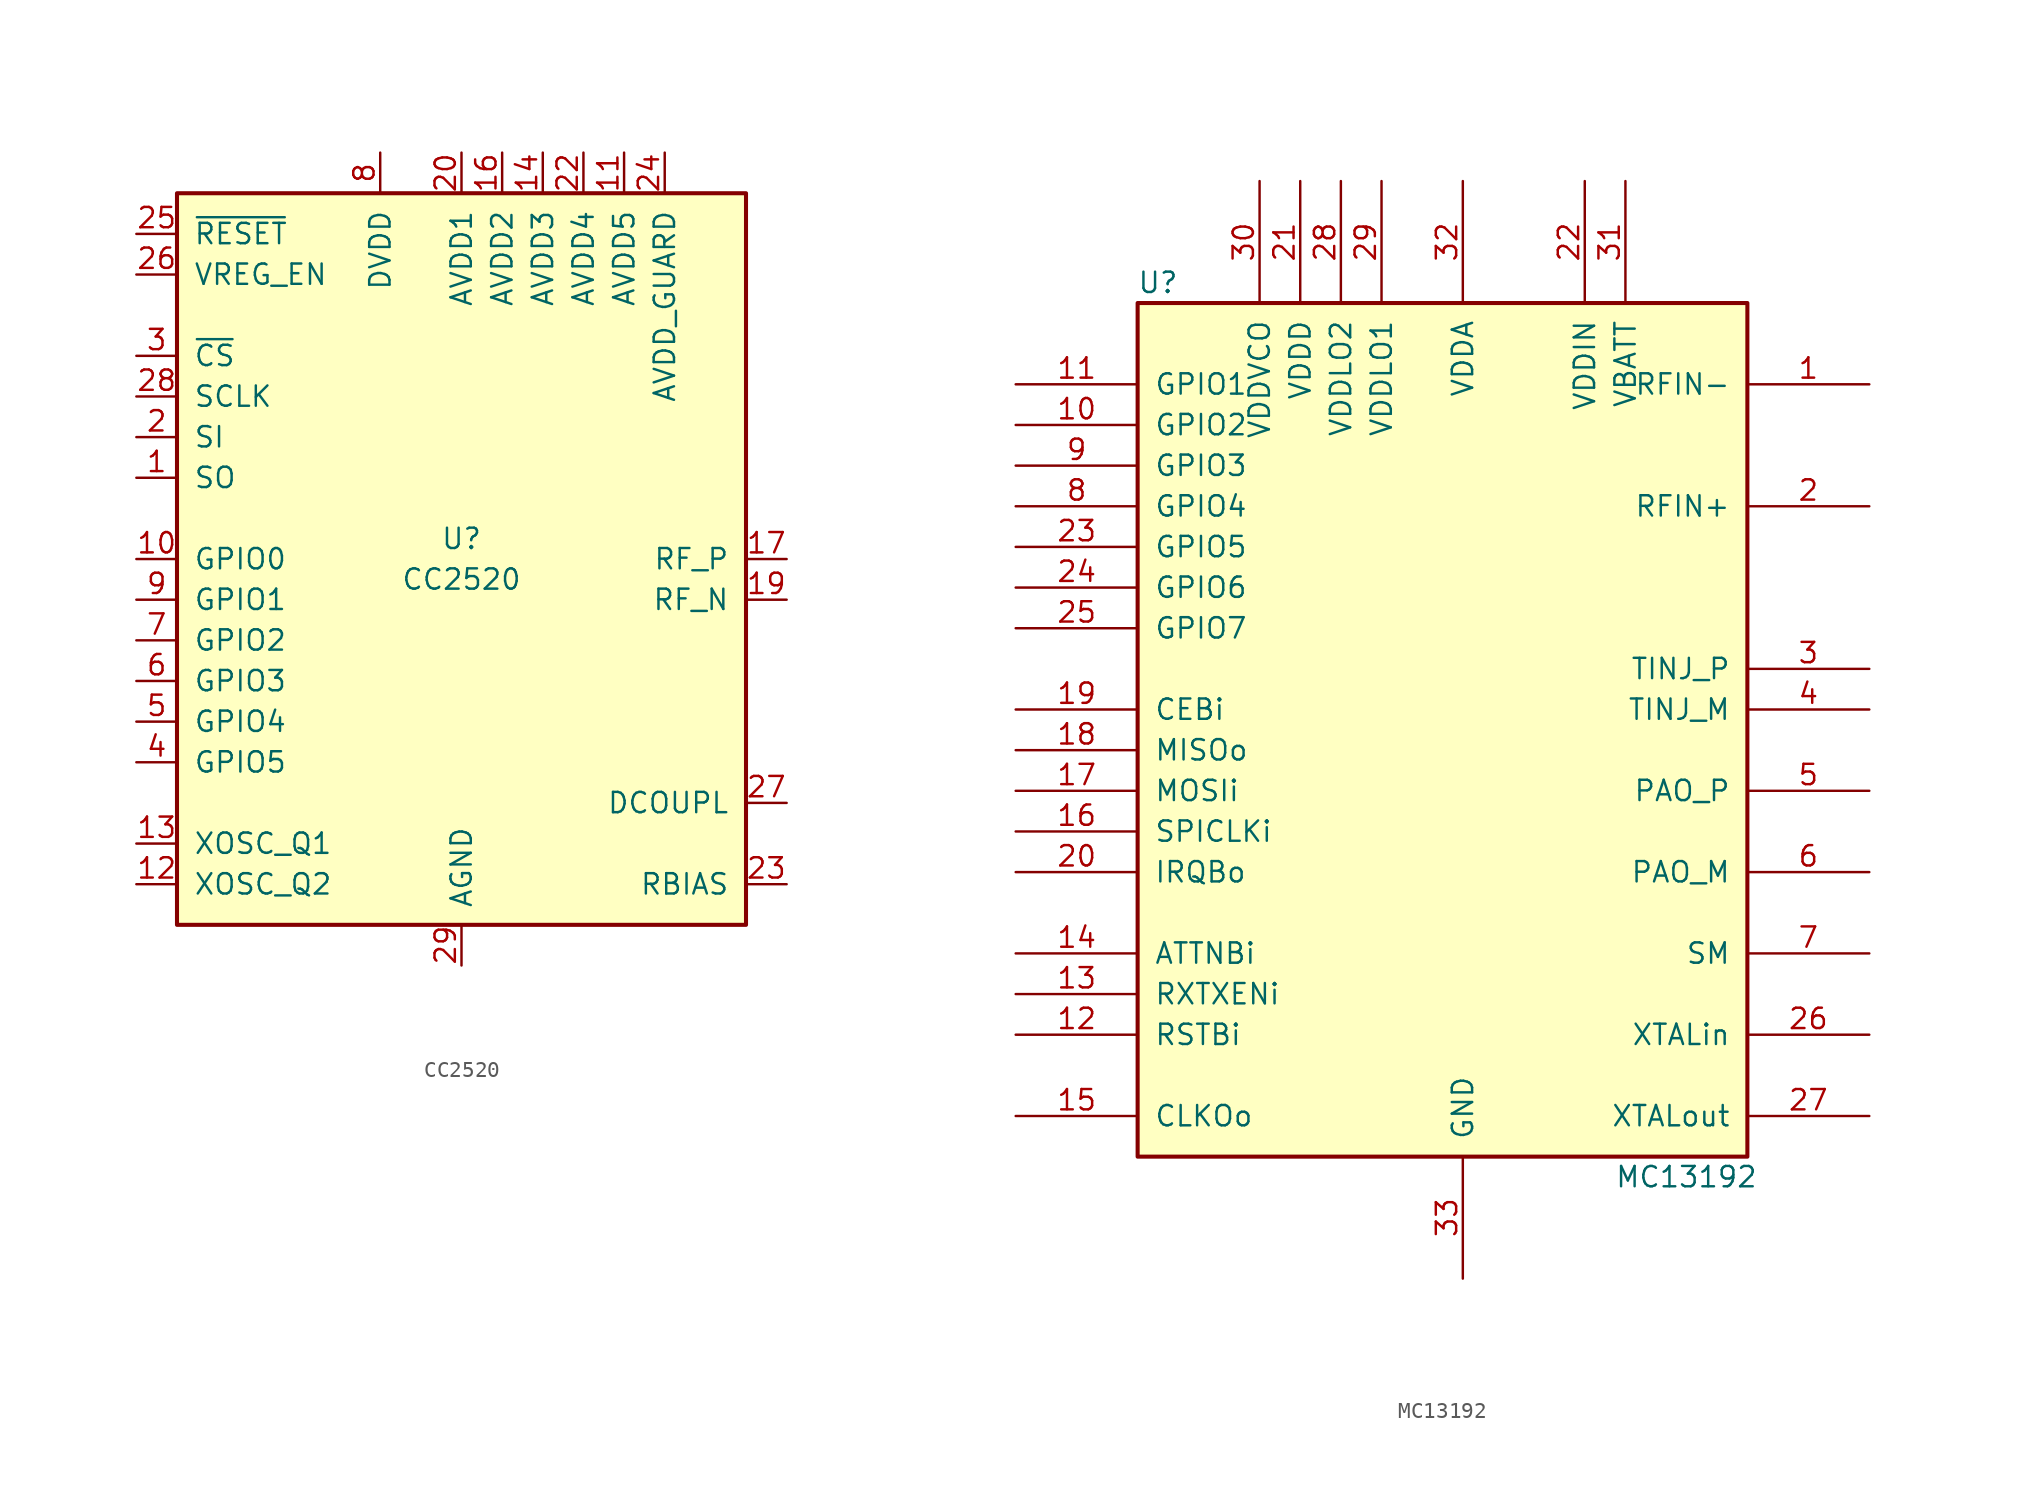
<source format=kicad_sym>
(kicad_symbol_lib
  (version 20231120)
  (generator "kicad_symbol_editor")
  (generator_version "8.0")
  (symbol "CC2520"
    (pin_names
      (offset 1.016))
    (property "Reference" "U"
      (at 0 1.27 0)
      (effects (font (size 1.27 1.27))))
    (property "Value" "CC2520"
      (at 0 -1.27 0)
      (effects (font (size 1.27 1.27))))
    (symbol "CC2520_0_1"
      (rectangle (start -17.78 22.86) (end 17.78 -22.86) (stroke (width 0.254) (type default)) (fill (type background))))
    (symbol "CC2520_1_1"
      (pin output line (at -20.32 5.08 0) (length 2.54) (name "SO" (effects (font (size 1.27 1.27)))) (number "1" (effects (font (size 1.27 1.27)))))
      (pin bidirectional line (at -20.32 0 0) (length 2.54) (name "GPIO0" (effects (font (size 1.27 1.27)))) (number "10" (effects (font (size 1.27 1.27)))))
      (pin power_in line (at 10.16 25.4 270) (length 2.54) (name "AVDD5" (effects (font (size 1.27 1.27)))) (number "11" (effects (font (size 1.27 1.27)))))
      (pin passive line (at -20.32 -20.32 0) (length 2.54) (name "XOSC_Q2" (effects (font (size 1.27 1.27)))) (number "12" (effects (font (size 1.27 1.27)))))
      (pin passive line (at -20.32 -17.78 0) (length 2.54) (name "XOSC_Q1" (effects (font (size 1.27 1.27)))) (number "13" (effects (font (size 1.27 1.27)))))
      (pin power_in line (at 5.08 25.4 270) (length 2.54) (name "AVDD3" (effects (font (size 1.27 1.27)))) (number "14" (effects (font (size 1.27 1.27)))))
      (pin no_connect line (at 2.54 -22.86 90) (length 2.54) hide (name "NC" (effects (font (size 1.27 1.27)))) (number "15" (effects (font (size 1.27 1.27)))))
      (pin power_in line (at 2.54 25.4 270) (length 2.54) (name "AVDD2" (effects (font (size 1.27 1.27)))) (number "16" (effects (font (size 1.27 1.27)))))
      (pin passive line (at 20.32 0 180) (length 2.54) (name "RF_P" (effects (font (size 1.27 1.27)))) (number "17" (effects (font (size 1.27 1.27)))))
      (pin passive line (at 20.32 -2.54 180) (length 2.54) (name "RF_N" (effects (font (size 1.27 1.27)))) (number "19" (effects (font (size 1.27 1.27)))))
      (pin input line (at -20.32 7.62 0) (length 2.54) (name "SI" (effects (font (size 1.27 1.27)))) (number "2" (effects (font (size 1.27 1.27)))))
      (pin power_in line (at 0 25.4 270) (length 2.54) (name "AVDD1" (effects (font (size 1.27 1.27)))) (number "20" (effects (font (size 1.27 1.27)))))
      (pin no_connect line (at 5.08 -22.86 90) (length 2.54) hide (name "NC" (effects (font (size 1.27 1.27)))) (number "21" (effects (font (size 1.27 1.27)))))
      (pin power_in line (at 7.62 25.4 270) (length 2.54) (name "AVDD4" (effects (font (size 1.27 1.27)))) (number "22" (effects (font (size 1.27 1.27)))))
      (pin passive line (at 20.32 -20.32 180) (length 2.54) (name "RBIAS" (effects (font (size 1.27 1.27)))) (number "23" (effects (font (size 1.27 1.27)))))
      (pin power_in line (at 12.7 25.4 270) (length 2.54) (name "AVDD_GUARD" (effects (font (size 1.27 1.27)))) (number "24" (effects (font (size 1.27 1.27)))))
      (pin input line (at -20.32 20.32 0) (length 2.54) (name "~{RESET}" (effects (font (size 1.27 1.27)))) (number "25" (effects (font (size 1.27 1.27)))))
      (pin input line (at -20.32 17.78 0) (length 2.54) (name "VREG_EN" (effects (font (size 1.27 1.27)))) (number "26" (effects (font (size 1.27 1.27)))))
      (pin passive line (at 20.32 -15.24 180) (length 2.54) (name "DCOUPL" (effects (font (size 1.27 1.27)))) (number "27" (effects (font (size 1.27 1.27)))))
      (pin input line (at -20.32 10.16 0) (length 2.54) (name "SCLK" (effects (font (size 1.27 1.27)))) (number "28" (effects (font (size 1.27 1.27)))))
      (pin power_in line (at 0 -25.4 90) (length 2.54) (name "AGND" (effects (font (size 1.27 1.27)))) (number "29" (effects (font (size 1.27 1.27)))))
      (pin input line (at -20.32 12.7 0) (length 2.54) (name "~{CS}" (effects (font (size 1.27 1.27)))) (number "3" (effects (font (size 1.27 1.27)))))
      (pin bidirectional line (at -20.32 -12.7 0) (length 2.54) (name "GPIO5" (effects (font (size 1.27 1.27)))) (number "4" (effects (font (size 1.27 1.27)))))
      (pin bidirectional line (at -20.32 -10.16 0) (length 2.54) (name "GPIO4" (effects (font (size 1.27 1.27)))) (number "5" (effects (font (size 1.27 1.27)))))
      (pin bidirectional line (at -20.32 -7.62 0) (length 2.54) (name "GPIO3" (effects (font (size 1.27 1.27)))) (number "6" (effects (font (size 1.27 1.27)))))
      (pin bidirectional line (at -20.32 -5.08 0) (length 2.54) (name "GPIO2" (effects (font (size 1.27 1.27)))) (number "7" (effects (font (size 1.27 1.27)))))
      (pin power_in line (at -5.08 25.4 270) (length 2.54) (name "DVDD" (effects (font (size 1.27 1.27)))) (number "8" (effects (font (size 1.27 1.27)))))
      (pin bidirectional line (at -20.32 -2.54 0) (length 2.54) (name "GPIO1" (effects (font (size 1.27 1.27)))) (number "9" (effects (font (size 1.27 1.27)))))))
  (symbol "MC13192"
    (pin_names
      (offset 1.016))
    (property "Reference" "U"
      (at -19.05 26.67 0)
      (effects (font (size 1.27 1.27))))
    (property "Value" "MC13192"
      (at 13.97 -29.21 0)
      (effects (font (size 1.27 1.27))))
    (symbol "MC13192_0_1"
      (rectangle (start -20.32 25.4) (end 17.78 -27.94) (stroke (width 0.254) (type default)) (fill (type background))))
    (symbol "MC13192_1_1"
      (pin input line (at 25.4 20.32 180) (length 7.62) (name "RFIN-" (effects (font (size 1.27 1.27)))) (number "1" (effects (font (size 1.27 1.27)))))
      (pin bidirectional line (at -27.94 17.78 0) (length 7.62) (name "GPIO2" (effects (font (size 1.27 1.27)))) (number "10" (effects (font (size 1.27 1.27)))))
      (pin bidirectional line (at -27.94 20.32 0) (length 7.62) (name "GPIO1" (effects (font (size 1.27 1.27)))) (number "11" (effects (font (size 1.27 1.27)))))
      (pin input line (at -27.94 -20.32 0) (length 7.62) (name "RSTBi" (effects (font (size 1.27 1.27)))) (number "12" (effects (font (size 1.27 1.27)))))
      (pin input line (at -27.94 -17.78 0) (length 7.62) (name "RXTXENi" (effects (font (size 1.27 1.27)))) (number "13" (effects (font (size 1.27 1.27)))))
      (pin input line (at -27.94 -15.24 0) (length 7.62) (name "ATTNBi" (effects (font (size 1.27 1.27)))) (number "14" (effects (font (size 1.27 1.27)))))
      (pin output line (at -27.94 -25.4 0) (length 7.62) (name "CLKOo" (effects (font (size 1.27 1.27)))) (number "15" (effects (font (size 1.27 1.27)))))
      (pin input line (at -27.94 -7.62 0) (length 7.62) (name "SPICLKi" (effects (font (size 1.27 1.27)))) (number "16" (effects (font (size 1.27 1.27)))))
      (pin input line (at -27.94 -5.08 0) (length 7.62) (name "MOSIi" (effects (font (size 1.27 1.27)))) (number "17" (effects (font (size 1.27 1.27)))))
      (pin tri_state line (at -27.94 -2.54 0) (length 7.62) (name "MISOo" (effects (font (size 1.27 1.27)))) (number "18" (effects (font (size 1.27 1.27)))))
      (pin input line (at -27.94 0 0) (length 7.62) (name "CEBi" (effects (font (size 1.27 1.27)))) (number "19" (effects (font (size 1.27 1.27)))))
      (pin input line (at 25.4 12.7 180) (length 7.62) (name "RFIN+" (effects (font (size 1.27 1.27)))) (number "2" (effects (font (size 1.27 1.27)))))
      (pin open_collector line (at -27.94 -10.16 0) (length 7.62) (name "IRQBo" (effects (font (size 1.27 1.27)))) (number "20" (effects (font (size 1.27 1.27)))))
      (pin power_out line (at -10.16 33.02 270) (length 7.62) (name "VDDD" (effects (font (size 1.27 1.27)))) (number "21" (effects (font (size 1.27 1.27)))))
      (pin power_in line (at 7.62 33.02 270) (length 7.62) (name "VDDIN" (effects (font (size 1.27 1.27)))) (number "22" (effects (font (size 1.27 1.27)))))
      (pin bidirectional line (at -27.94 10.16 0) (length 7.62) (name "GPIO5" (effects (font (size 1.27 1.27)))) (number "23" (effects (font (size 1.27 1.27)))))
      (pin bidirectional line (at -27.94 7.62 0) (length 7.62) (name "GPIO6" (effects (font (size 1.27 1.27)))) (number "24" (effects (font (size 1.27 1.27)))))
      (pin bidirectional line (at -27.94 5.08 0) (length 7.62) (name "GPIO7" (effects (font (size 1.27 1.27)))) (number "25" (effects (font (size 1.27 1.27)))))
      (pin input line (at 25.4 -20.32 180) (length 7.62) (name "XTALin" (effects (font (size 1.27 1.27)))) (number "26" (effects (font (size 1.27 1.27)))))
      (pin output line (at 25.4 -25.4 180) (length 7.62) (name "XTALout" (effects (font (size 1.27 1.27)))) (number "27" (effects (font (size 1.27 1.27)))))
      (pin power_in line (at -7.62 33.02 270) (length 7.62) (name "VDDLO2" (effects (font (size 1.27 1.27)))) (number "28" (effects (font (size 1.27 1.27)))))
      (pin power_in line (at -5.08 33.02 270) (length 7.62) (name "VDDLO1" (effects (font (size 1.27 1.27)))) (number "29" (effects (font (size 1.27 1.27)))))
      (pin input line (at 25.4 2.54 180) (length 7.62) (name "TINJ_P" (effects (font (size 1.27 1.27)))) (number "3" (effects (font (size 1.27 1.27)))))
      (pin power_out line (at -12.7 33.02 270) (length 7.62) (name "VDDVCO" (effects (font (size 1.27 1.27)))) (number "30" (effects (font (size 1.27 1.27)))))
      (pin input line (at 10.16 33.02 270) (length 7.62) (name "VBATT" (effects (font (size 1.27 1.27)))) (number "31" (effects (font (size 1.27 1.27)))))
      (pin power_out line (at 0 33.02 270) (length 7.62) (name "VDDA" (effects (font (size 1.27 1.27)))) (number "32" (effects (font (size 1.27 1.27)))))
      (pin power_in line (at 0 -35.56 90) (length 7.62) (name "GND" (effects (font (size 1.27 1.27)))) (number "33" (effects (font (size 1.27 1.27)))))
      (pin input line (at 25.4 0 180) (length 7.62) (name "TINJ_M" (effects (font (size 1.27 1.27)))) (number "4" (effects (font (size 1.27 1.27)))))
      (pin open_collector line (at 25.4 -5.08 180) (length 7.62) (name "PAO_P" (effects (font (size 1.27 1.27)))) (number "5" (effects (font (size 1.27 1.27)))))
      (pin open_collector line (at 25.4 -10.16 180) (length 7.62) (name "PAO_M" (effects (font (size 1.27 1.27)))) (number "6" (effects (font (size 1.27 1.27)))))
      (pin input line (at 25.4 -15.24 180) (length 7.62) (name "SM" (effects (font (size 1.27 1.27)))) (number "7" (effects (font (size 1.27 1.27)))))
      (pin bidirectional line (at -27.94 12.7 0) (length 7.62) (name "GPIO4" (effects (font (size 1.27 1.27)))) (number "8" (effects (font (size 1.27 1.27)))))
      (pin bidirectional line (at -27.94 15.24 0) (length 7.62) (name "GPIO3" (effects (font (size 1.27 1.27)))) (number "9" (effects (font (size 1.27 1.27))))))))
</source>
